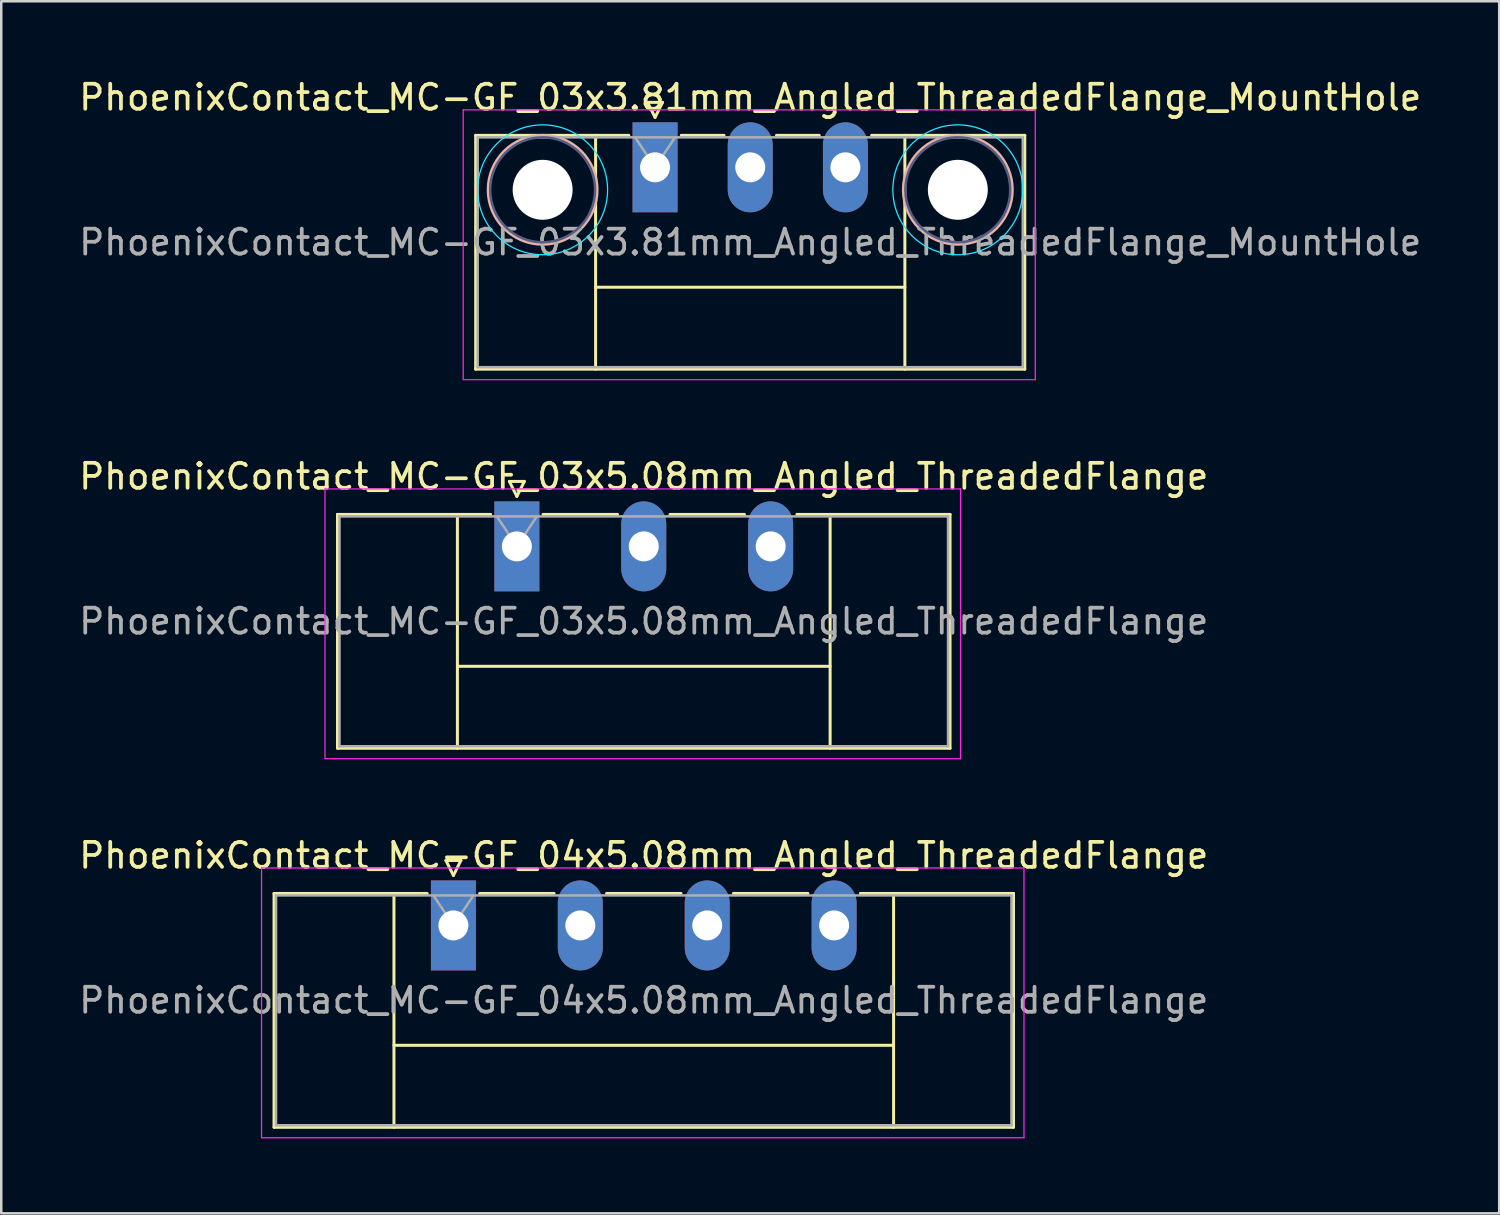
<source format=kicad_pcb>
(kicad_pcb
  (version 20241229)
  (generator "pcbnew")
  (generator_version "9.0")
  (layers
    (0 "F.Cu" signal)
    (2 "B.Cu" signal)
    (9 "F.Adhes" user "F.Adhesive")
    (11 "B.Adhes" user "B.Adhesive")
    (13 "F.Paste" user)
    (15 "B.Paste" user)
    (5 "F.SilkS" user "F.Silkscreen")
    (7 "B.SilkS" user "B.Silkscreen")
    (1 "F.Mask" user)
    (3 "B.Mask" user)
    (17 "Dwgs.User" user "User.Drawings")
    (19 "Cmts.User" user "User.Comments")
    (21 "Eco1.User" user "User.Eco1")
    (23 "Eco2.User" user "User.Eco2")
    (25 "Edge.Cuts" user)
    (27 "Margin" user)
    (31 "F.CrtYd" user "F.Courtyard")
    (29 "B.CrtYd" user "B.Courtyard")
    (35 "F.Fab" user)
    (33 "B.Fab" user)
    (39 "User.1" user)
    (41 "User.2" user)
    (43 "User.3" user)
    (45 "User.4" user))
  (footprint "PhoenixContact_MC-GF_03x3.81mm_Angled_ThreadedFlange_MountHole"
    (layer "F.Cu")
    (at 23.172 3.648)
    (property "Reference" "PhoenixContact_MC-GF_03x3.81mm_Angled_ThreadedFlange_MountHole" (at 3.81 -2.8 0) (layer "F.SilkS") (effects (font (size 1 1) (thickness 0.15))))
    (attr through_hole)
    (fp_line (start -7.18 -1.28) (end -7.18 8.08) (stroke (width 0.12) (type solid)) (layer "F.SilkS"))
    (fp_line (start -7.18 -1.28) (end -1.05 -1.28) (stroke (width 0.12) (type solid)) (layer "F.SilkS"))
    (fp_line (start -7.18 8.08) (end 14.8 8.08) (stroke (width 0.12) (type solid)) (layer "F.SilkS"))
    (fp_line (start -2.38 -1.28) (end -2.38 8.08) (stroke (width 0.12) (type solid)) (layer "F.SilkS"))
    (fp_line (start -2.38 4.8) (end 10 4.8) (stroke (width 0.12) (type solid)) (layer "F.SilkS"))
    (fp_line (start -0.3 -2.6) (end 0.3 -2.6) (stroke (width 0.12) (type solid)) (layer "F.SilkS"))
    (fp_line (start 0 -2) (end -0.3 -2.6) (stroke (width 0.12) (type solid)) (layer "F.SilkS"))
    (fp_line (start 0.3 -2.6) (end 0 -2) (stroke (width 0.12) (type solid)) (layer "F.SilkS"))
    (fp_line (start 1.05 -1.28) (end 2.76 -1.28) (stroke (width 0.12) (type solid)) (layer "F.SilkS"))
    (fp_line (start 4.86 -1.28) (end 6.57 -1.28) (stroke (width 0.12) (type solid)) (layer "F.SilkS"))
    (fp_line (start 10 -1.28) (end 10 8.08) (stroke (width 0.12) (type solid)) (layer "F.SilkS"))
    (fp_line (start 14.8 -1.28) (end 8.67 -1.28) (stroke (width 0.12) (type solid)) (layer "F.SilkS"))
    (fp_line (start 14.8 8.08) (end 14.8 -1.28) (stroke (width 0.12) (type solid)) (layer "F.SilkS"))
    (fp_circle (center -4.5 0.9) (end -2.32 0.9) (stroke (width 0.12) (type solid)) (fill no) (layer "B.SilkS"))
    (fp_circle (center 12.12 0.9) (end 14.3 0.9) (stroke (width 0.12) (type solid)) (fill no) (layer "B.SilkS"))
    (fp_circle (center -4.5 0.9) (end -1.9 0.9) (stroke (width 0.05) (type solid)) (fill no) (layer "B.CrtYd"))
    (fp_circle (center 12.12 0.9) (end 14.72 0.9) (stroke (width 0.05) (type solid)) (fill no) (layer "B.CrtYd"))
    (fp_line (start -7.68 -2.3) (end -7.68 8.5) (stroke (width 0.05) (type solid)) (layer "F.CrtYd"))
    (fp_line (start -7.68 8.5) (end 15.22 8.5) (stroke (width 0.05) (type solid)) (layer "F.CrtYd"))
    (fp_line (start 15.22 -2.3) (end -7.68 -2.3) (stroke (width 0.05) (type solid)) (layer "F.CrtYd"))
    (fp_line (start 15.22 8.5) (end 15.22 -2.3) (stroke (width 0.05) (type solid)) (layer "F.CrtYd"))
    (fp_circle (center -4.5 0.9) (end -2.4 0.9) (stroke (width 0.1) (type solid)) (fill no) (layer "B.Fab"))
    (fp_circle (center 12.12 0.9) (end 14.22 0.9) (stroke (width 0.1) (type solid)) (fill no) (layer "B.Fab"))
    (fp_line (start -7.1 -1.2) (end -7.1 8) (stroke (width 0.1) (type solid)) (layer "F.Fab"))
    (fp_line (start -7.1 8) (end 14.72 8) (stroke (width 0.1) (type solid)) (layer "F.Fab"))
    (fp_line (start 0 0) (end -0.8 -1.2) (stroke (width 0.1) (type solid)) (layer "F.Fab"))
    (fp_line (start 0.8 -1.2) (end 0 0) (stroke (width 0.1) (type solid)) (layer "F.Fab"))
    (fp_line (start 14.72 -1.2) (end -7.1 -1.2) (stroke (width 0.1) (type solid)) (layer "F.Fab"))
    (fp_line (start 14.72 8) (end 14.72 -1.2) (stroke (width 0.1) (type solid)) (layer "F.Fab"))
    (fp_text user "${REFERENCE}" (at 3.81 3 0) (layer "F.Fab") (effects (font (size 1 1) (thickness 0.15))))
    (pad "" np_thru_hole circle (at -4.5 0.9) (size 2.4 2.4) (drill 2.4) (layers "*.Cu" "*.Mask"))
    (pad "" np_thru_hole circle (at 12.12 0.9) (size 2.4 2.4) (drill 2.4) (layers "*.Cu" "*.Mask"))
    (pad "1" thru_hole rect (at 0 0) (size 1.8 3.6) (drill 1.2) (layers "*.Cu" "*.Mask"))
    (pad "2" thru_hole oval (at 3.81 0) (size 1.8 3.6) (drill 1.2) (layers "*.Cu" "*.Mask"))
    (pad "3" thru_hole oval (at 7.62 0) (size 1.8 3.6) (drill 1.2) (layers "*.Cu" "*.Mask")))
  (footprint "PhoenixContact_MC-GF_04x5.08mm_Angled_ThreadedFlange"
    (layer "F.Cu")
    (at 15.1 33.995)
    (property "Reference" "PhoenixContact_MC-GF_04x5.08mm_Angled_ThreadedFlange" (at 7.62 -2.8 0) (layer "F.SilkS") (effects (font (size 1 1) (thickness 0.15))))
    (attr through_hole)
    (fp_line (start -7.18 -1.28) (end -7.18 8.08) (stroke (width 0.12) (type solid)) (layer "F.SilkS"))
    (fp_line (start -7.18 -1.28) (end -1.05 -1.28) (stroke (width 0.12) (type solid)) (layer "F.SilkS"))
    (fp_line (start -7.18 8.08) (end 22.42 8.08) (stroke (width 0.12) (type solid)) (layer "F.SilkS"))
    (fp_line (start -2.38 -1.28) (end -2.38 8.08) (stroke (width 0.12) (type solid)) (layer "F.SilkS"))
    (fp_line (start -2.38 4.8) (end 17.62 4.8) (stroke (width 0.12) (type solid)) (layer "F.SilkS"))
    (fp_line (start -0.3 -2.6) (end 0.3 -2.6) (stroke (width 0.12) (type solid)) (layer "F.SilkS"))
    (fp_line (start 0 -2) (end -0.3 -2.6) (stroke (width 0.12) (type solid)) (layer "F.SilkS"))
    (fp_line (start 0.3 -2.6) (end 0 -2) (stroke (width 0.12) (type solid)) (layer "F.SilkS"))
    (fp_line (start 1.05 -1.28) (end 4.03 -1.28) (stroke (width 0.12) (type solid)) (layer "F.SilkS"))
    (fp_line (start 6.13 -1.28) (end 9.11 -1.28) (stroke (width 0.12) (type solid)) (layer "F.SilkS"))
    (fp_line (start 11.21 -1.28) (end 14.19 -1.28) (stroke (width 0.12) (type solid)) (layer "F.SilkS"))
    (fp_line (start 17.62 -1.28) (end 17.62 8.08) (stroke (width 0.12) (type solid)) (layer "F.SilkS"))
    (fp_line (start 22.42 -1.28) (end 16.29 -1.28) (stroke (width 0.12) (type solid)) (layer "F.SilkS"))
    (fp_line (start 22.42 8.08) (end 22.42 -1.28) (stroke (width 0.12) (type solid)) (layer "F.SilkS"))
    (fp_line (start -7.68 -2.3) (end -7.68 8.5) (stroke (width 0.05) (type solid)) (layer "F.CrtYd"))
    (fp_line (start -7.68 8.5) (end 22.84 8.5) (stroke (width 0.05) (type solid)) (layer "F.CrtYd"))
    (fp_line (start 22.84 -2.3) (end -7.68 -2.3) (stroke (width 0.05) (type solid)) (layer "F.CrtYd"))
    (fp_line (start 22.84 8.5) (end 22.84 -2.3) (stroke (width 0.05) (type solid)) (layer "F.CrtYd"))
    (fp_line (start -7.1 -1.2) (end -7.1 8) (stroke (width 0.1) (type solid)) (layer "F.Fab"))
    (fp_line (start -7.1 8) (end 22.34 8) (stroke (width 0.1) (type solid)) (layer "F.Fab"))
    (fp_line (start 0 0) (end -0.8 -1.2) (stroke (width 0.1) (type solid)) (layer "F.Fab"))
    (fp_line (start 0.8 -1.2) (end 0 0) (stroke (width 0.1) (type solid)) (layer "F.Fab"))
    (fp_line (start 22.34 -1.2) (end -7.1 -1.2) (stroke (width 0.1) (type solid)) (layer "F.Fab"))
    (fp_line (start 22.34 8) (end 22.34 -1.2) (stroke (width 0.1) (type solid)) (layer "F.Fab"))
    (fp_text user "${REFERENCE}" (at 7.62 3 0) (layer "F.Fab") (effects (font (size 1 1) (thickness 0.15))))
    (pad "1" thru_hole rect (at 0 0) (size 1.8 3.6) (drill 1.2) (layers "*.Cu" "*.Mask"))
    (pad "2" thru_hole oval (at 5.08 0) (size 1.8 3.6) (drill 1.2) (layers "*.Cu" "*.Mask"))
    (pad "3" thru_hole oval (at 10.16 0) (size 1.8 3.6) (drill 1.2) (layers "*.Cu" "*.Mask"))
    (pad "4" thru_hole oval (at 15.24 0) (size 1.8 3.6) (drill 1.2) (layers "*.Cu" "*.Mask")))
  (footprint "PhoenixContact_MC-GF_03x5.08mm_Angled_ThreadedFlange"
    (layer "F.Cu")
    (at 17.64 18.822)
    (property "Reference" "PhoenixContact_MC-GF_03x5.08mm_Angled_ThreadedFlange" (at 5.08 -2.8 0) (layer "F.SilkS") (effects (font (size 1 1) (thickness 0.15))))
    (attr through_hole)
    (fp_line (start -7.18 -1.28) (end -7.18 8.08) (stroke (width 0.12) (type solid)) (layer "F.SilkS"))
    (fp_line (start -7.18 -1.28) (end -1.05 -1.28) (stroke (width 0.12) (type solid)) (layer "F.SilkS"))
    (fp_line (start -7.18 8.08) (end 17.34 8.08) (stroke (width 0.12) (type solid)) (layer "F.SilkS"))
    (fp_line (start -2.38 -1.28) (end -2.38 8.08) (stroke (width 0.12) (type solid)) (layer "F.SilkS"))
    (fp_line (start -2.38 4.8) (end 12.54 4.8) (stroke (width 0.12) (type solid)) (layer "F.SilkS"))
    (fp_line (start -0.3 -2.6) (end 0.3 -2.6) (stroke (width 0.12) (type solid)) (layer "F.SilkS"))
    (fp_line (start 0 -2) (end -0.3 -2.6) (stroke (width 0.12) (type solid)) (layer "F.SilkS"))
    (fp_line (start 0.3 -2.6) (end 0 -2) (stroke (width 0.12) (type solid)) (layer "F.SilkS"))
    (fp_line (start 1.05 -1.28) (end 4.03 -1.28) (stroke (width 0.12) (type solid)) (layer "F.SilkS"))
    (fp_line (start 6.13 -1.28) (end 9.11 -1.28) (stroke (width 0.12) (type solid)) (layer "F.SilkS"))
    (fp_line (start 12.54 -1.28) (end 12.54 8.08) (stroke (width 0.12) (type solid)) (layer "F.SilkS"))
    (fp_line (start 17.34 -1.28) (end 11.21 -1.28) (stroke (width 0.12) (type solid)) (layer "F.SilkS"))
    (fp_line (start 17.34 8.08) (end 17.34 -1.28) (stroke (width 0.12) (type solid)) (layer "F.SilkS"))
    (fp_line (start -7.68 -2.3) (end -7.68 8.5) (stroke (width 0.05) (type solid)) (layer "F.CrtYd"))
    (fp_line (start -7.68 8.5) (end 17.76 8.5) (stroke (width 0.05) (type solid)) (layer "F.CrtYd"))
    (fp_line (start 17.76 -2.3) (end -7.68 -2.3) (stroke (width 0.05) (type solid)) (layer "F.CrtYd"))
    (fp_line (start 17.76 8.5) (end 17.76 -2.3) (stroke (width 0.05) (type solid)) (layer "F.CrtYd"))
    (fp_line (start -7.1 -1.2) (end -7.1 8) (stroke (width 0.1) (type solid)) (layer "F.Fab"))
    (fp_line (start -7.1 8) (end 17.26 8) (stroke (width 0.1) (type solid)) (layer "F.Fab"))
    (fp_line (start 0 0) (end -0.8 -1.2) (stroke (width 0.1) (type solid)) (layer "F.Fab"))
    (fp_line (start 0.8 -1.2) (end 0 0) (stroke (width 0.1) (type solid)) (layer "F.Fab"))
    (fp_line (start 17.26 -1.2) (end -7.1 -1.2) (stroke (width 0.1) (type solid)) (layer "F.Fab"))
    (fp_line (start 17.26 8) (end 17.26 -1.2) (stroke (width 0.1) (type solid)) (layer "F.Fab"))
    (fp_text user "${REFERENCE}" (at 5.08 3 0) (layer "F.Fab") (effects (font (size 1 1) (thickness 0.15))))
    (pad "1" thru_hole rect (at 0 0) (size 1.8 3.6) (drill 1.2) (layers "*.Cu" "*.Mask"))
    (pad "2" thru_hole oval (at 5.08 0) (size 1.8 3.6) (drill 1.2) (layers "*.Cu" "*.Mask"))
    (pad "3" thru_hole oval (at 10.16 0) (size 1.8 3.6) (drill 1.2) (layers "*.Cu" "*.Mask")))
  (gr_rect
    (start -3 -3)
    (end 56.964 45.52)
    (stroke (width 0.1) (type default))
    (fill no)
    (layer "Edge.Cuts")))
</source>
